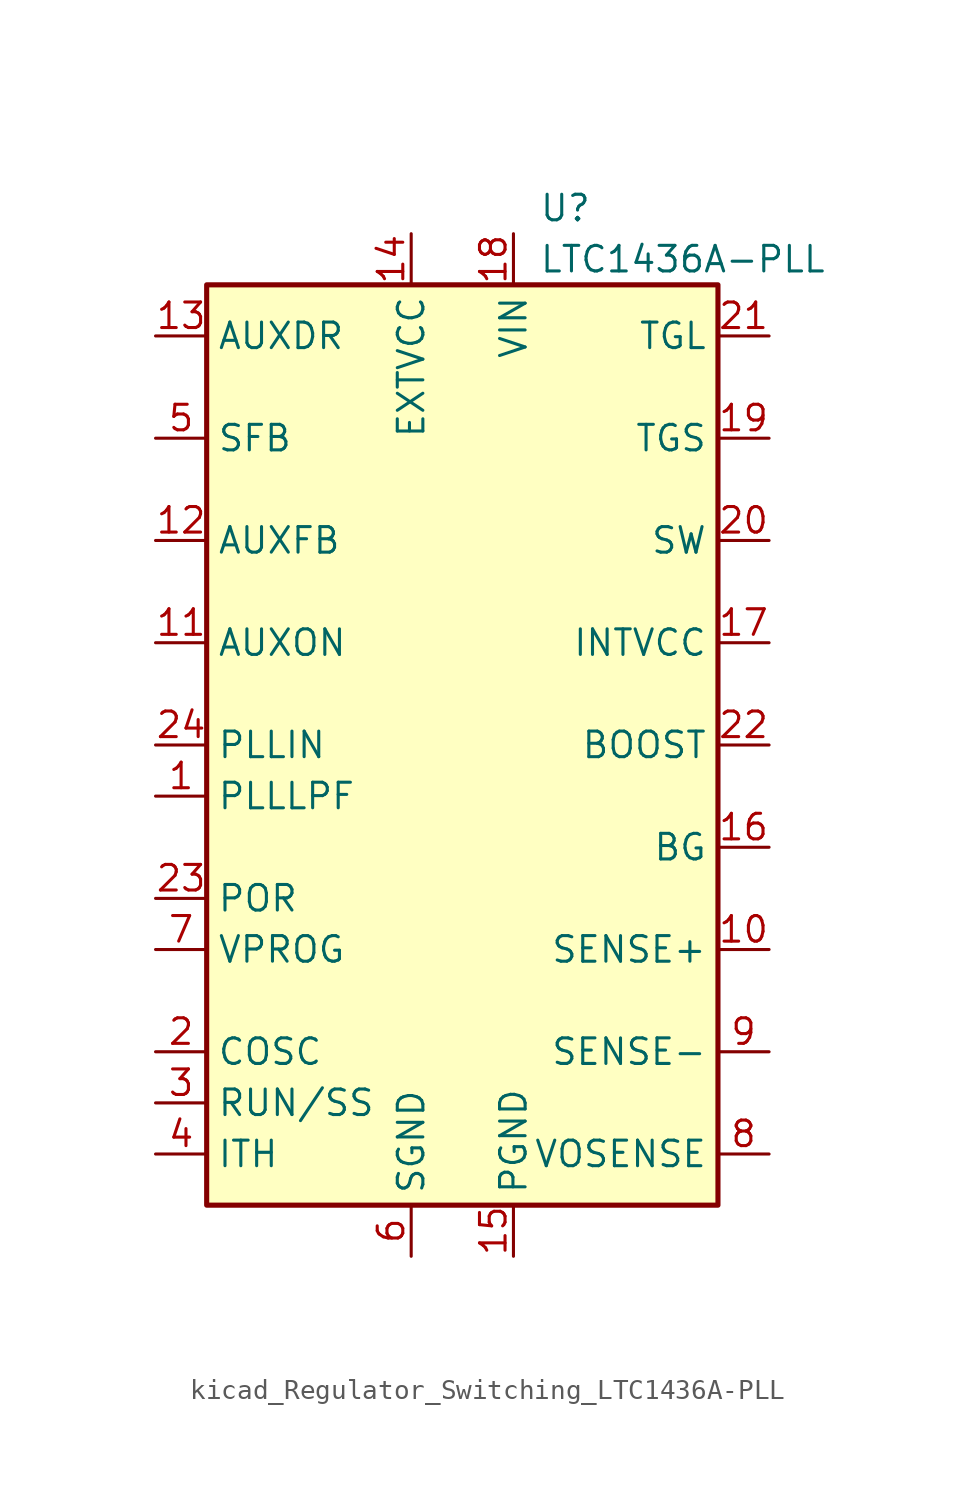
<source format=kicad_sym>
(kicad_symbol_lib
  (version 20220914)
  (generator kicad_symbol_editor)
  (symbol "kicad_Regulator_Switching_LTC1436A-PLL"
    (property "Reference" "U"
      (at 3.81 26.67 0)
      (effects (font (size 1.27 1.27)) (justify left)))
    (property "Value" "LTC1436A-PLL"
      (at 3.81 24.13 0)
      (effects (font (size 1.27 1.27)) (justify left)))
    (symbol "kicad_Regulator_Switching_LTC1436A-PLL_0_1"
      (rectangle (start -12.7 -22.86) (end 12.7 22.86) (stroke (width 0.254) (type default)) (fill (type background))))
    (symbol "kicad_Regulator_Switching_LTC1436A-PLL_1_1"
      (pin passive line (at -15.24 -2.54 0) (length 2.54) (name "PLLLPF" (effects (font (size 1.27 1.27)))) (number "1" (effects (font (size 1.27 1.27)))))
      (pin input line (at 15.24 -10.16 180) (length 2.54) (name "SENSE+" (effects (font (size 1.27 1.27)))) (number "10" (effects (font (size 1.27 1.27)))))
      (pin input line (at -15.24 5.08 0) (length 2.54) (name "AUXON" (effects (font (size 1.27 1.27)))) (number "11" (effects (font (size 1.27 1.27)))))
      (pin input line (at -15.24 10.16 0) (length 2.54) (name "AUXFB" (effects (font (size 1.27 1.27)))) (number "12" (effects (font (size 1.27 1.27)))))
      (pin open_collector line (at -15.24 20.32 0) (length 2.54) (name "AUXDR" (effects (font (size 1.27 1.27)))) (number "13" (effects (font (size 1.27 1.27)))))
      (pin power_in line (at -2.54 25.4 270) (length 2.54) (name "EXTVCC" (effects (font (size 1.27 1.27)))) (number "14" (effects (font (size 1.27 1.27)))))
      (pin power_in line (at 2.54 -25.4 90) (length 2.54) (name "PGND" (effects (font (size 1.27 1.27)))) (number "15" (effects (font (size 1.27 1.27)))))
      (pin output line (at 15.24 -5.08 180) (length 2.54) (name "BG" (effects (font (size 1.27 1.27)))) (number "16" (effects (font (size 1.27 1.27)))))
      (pin power_in line (at 15.24 5.08 180) (length 2.54) (name "INTVCC" (effects (font (size 1.27 1.27)))) (number "17" (effects (font (size 1.27 1.27)))))
      (pin power_in line (at 2.54 25.4 270) (length 2.54) (name "VIN" (effects (font (size 1.27 1.27)))) (number "18" (effects (font (size 1.27 1.27)))))
      (pin output line (at 15.24 15.24 180) (length 2.54) (name "TGS" (effects (font (size 1.27 1.27)))) (number "19" (effects (font (size 1.27 1.27)))))
      (pin passive line (at -15.24 -15.24 0) (length 2.54) (name "COSC" (effects (font (size 1.27 1.27)))) (number "2" (effects (font (size 1.27 1.27)))))
      (pin passive line (at 15.24 10.16 180) (length 2.54) (name "SW" (effects (font (size 1.27 1.27)))) (number "20" (effects (font (size 1.27 1.27)))))
      (pin output line (at 15.24 20.32 180) (length 2.54) (name "TGL" (effects (font (size 1.27 1.27)))) (number "21" (effects (font (size 1.27 1.27)))))
      (pin passive line (at 15.24 0 180) (length 2.54) (name "BOOST" (effects (font (size 1.27 1.27)))) (number "22" (effects (font (size 1.27 1.27)))))
      (pin open_collector line (at -15.24 -7.62 0) (length 2.54) (name "POR" (effects (font (size 1.27 1.27)))) (number "23" (effects (font (size 1.27 1.27)))))
      (pin input line (at -15.24 0 0) (length 2.54) (name "PLLIN" (effects (font (size 1.27 1.27)))) (number "24" (effects (font (size 1.27 1.27)))))
      (pin passive line (at -15.24 -17.78 0) (length 2.54) (name "RUN/SS" (effects (font (size 1.27 1.27)))) (number "3" (effects (font (size 1.27 1.27)))))
      (pin passive line (at -15.24 -20.32 0) (length 2.54) (name "ITH" (effects (font (size 1.27 1.27)))) (number "4" (effects (font (size 1.27 1.27)))))
      (pin passive line (at -15.24 15.24 0) (length 2.54) (name "SFB" (effects (font (size 1.27 1.27)))) (number "5" (effects (font (size 1.27 1.27)))))
      (pin power_in line (at -2.54 -25.4 90) (length 2.54) (name "SGND" (effects (font (size 1.27 1.27)))) (number "6" (effects (font (size 1.27 1.27)))))
      (pin input line (at -15.24 -10.16 0) (length 2.54) (name "VPROG" (effects (font (size 1.27 1.27)))) (number "7" (effects (font (size 1.27 1.27)))))
      (pin input line (at 15.24 -20.32 180) (length 2.54) (name "VOSENSE" (effects (font (size 1.27 1.27)))) (number "8" (effects (font (size 1.27 1.27)))))
      (pin input line (at 15.24 -15.24 180) (length 2.54) (name "SENSE-" (effects (font (size 1.27 1.27)))) (number "9" (effects (font (size 1.27 1.27))))))))
</source>
